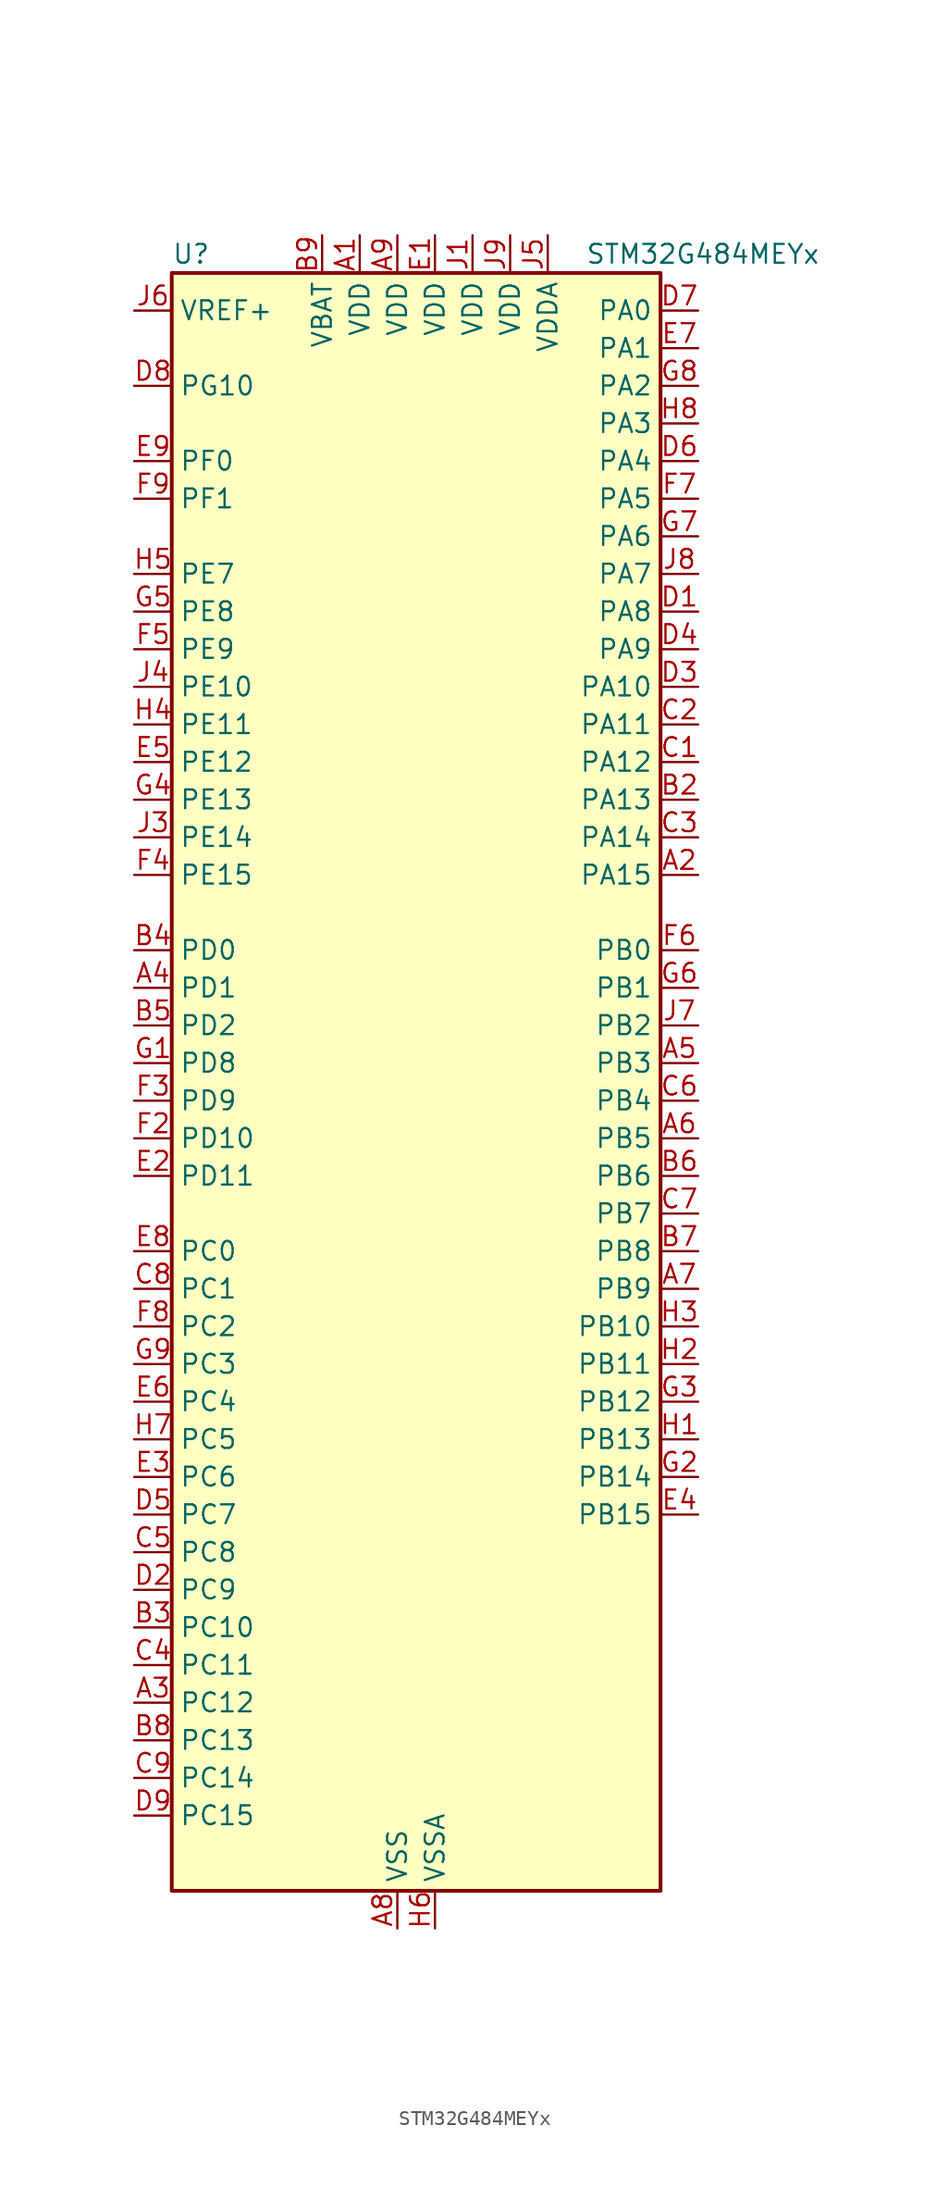
<source format=kicad_sym>
(kicad_symbol_lib
  (version 20220914)
  (generator kicad_symbol_editor)
  (symbol "STM32G484MEYx"
    (property "Reference" "U"
      (at -15.24 57.15 0)
      (effects (font (size 1.27 1.27)) (justify left)))
    (property "Value" "STM32G484MEYx"
      (at 12.7 57.15 0)
      (effects (font (size 1.27 1.27)) (justify left)))
    (property "ki_locked" ""
      (at 0 0 0)
      (effects (font (size 1.27 1.27))))
    (symbol "STM32G484MEYx_0_1"
      (rectangle (start -15.24 -53.34) (end 17.78 55.88) (stroke (width 0.254) (type default)) (fill (type background))))
    (symbol "STM32G484MEYx_1_1"
      (pin power_in line (at -2.54 58.42 270) (length 2.54) (name "VDD" (effects (font (size 1.27 1.27)))) (number "A1" (effects (font (size 1.27 1.27)))))
      (pin bidirectional line (at 20.32 15.24 180) (length 2.54) (name "PA15" (effects (font (size 1.27 1.27)))) (number "A2" (effects (font (size 1.27 1.27)))) (alternate "ADC1_EXTI15" bidirectional line) (alternate "ADC2_EXTI15" bidirectional line) (alternate "FDCAN3_TX" bidirectional line) (alternate "HRTIM1_FLT2" bidirectional line) (alternate "I2C1_SCL" bidirectional line) (alternate "I2S3_WS" bidirectional line) (alternate "SPI1_NSS" bidirectional line) (alternate "SPI3_NSS" bidirectional line) (alternate "SYS_JTDI" bidirectional line) (alternate "TIM1_BKIN" bidirectional line) (alternate "TIM2_CH1" bidirectional line) (alternate "TIM2_ETR" bidirectional line) (alternate "TIM8_CH1" bidirectional line) (alternate "UART4_DE" bidirectional line) (alternate "UART4_RTS" bidirectional line) (alternate "USART2_RX" bidirectional line))
      (pin bidirectional line (at -17.78 -40.64 0) (length 2.54) (name "PC12" (effects (font (size 1.27 1.27)))) (number "A3" (effects (font (size 1.27 1.27)))) (alternate "HRTIM1_EEV1" bidirectional line) (alternate "I2S3_SD" bidirectional line) (alternate "SPI3_MOSI" bidirectional line) (alternate "TIM5_CH2" bidirectional line) (alternate "TIM8_CH3N" bidirectional line) (alternate "UART5_TX" bidirectional line) (alternate "UCPD1_FRSTX1" bidirectional line) (alternate "UCPD1_FRSTX2" bidirectional line) (alternate "USART3_CK" bidirectional line))
      (pin bidirectional line (at -17.78 7.62 0) (length 2.54) (name "PD1" (effects (font (size 1.27 1.27)))) (number "A4" (effects (font (size 1.27 1.27)))) (alternate "FDCAN1_TX" bidirectional line) (alternate "TIM8_BKIN2" bidirectional line) (alternate "TIM8_CH4" bidirectional line))
      (pin bidirectional line (at 20.32 2.54 180) (length 2.54) (name "PB3" (effects (font (size 1.27 1.27)))) (number "A5" (effects (font (size 1.27 1.27)))) (alternate "ADC3_EXTI3" bidirectional line) (alternate "ADC4_EXTI3" bidirectional line) (alternate "ADC5_EXTI3" bidirectional line) (alternate "CRS_SYNC" bidirectional line) (alternate "FDCAN3_RX" bidirectional line) (alternate "HRTIM1_EEV9" bidirectional line) (alternate "HRTIM1_SCOUT" bidirectional line) (alternate "I2S3_CK" bidirectional line) (alternate "SAI1_SCK_B" bidirectional line) (alternate "SPI1_SCK" bidirectional line) (alternate "SPI3_SCK" bidirectional line) (alternate "SYS_JTDO-SWO" bidirectional line) (alternate "TIM2_CH2" bidirectional line) (alternate "TIM3_ETR" bidirectional line) (alternate "TIM4_ETR" bidirectional line) (alternate "TIM8_CH1N" bidirectional line) (alternate "USART2_TX" bidirectional line))
      (pin bidirectional line (at 20.32 -2.54 180) (length 2.54) (name "PB5" (effects (font (size 1.27 1.27)))) (number "A6" (effects (font (size 1.27 1.27)))) (alternate "FDCAN2_RX" bidirectional line) (alternate "HRTIM1_EEV6" bidirectional line) (alternate "I2C1_SMBA" bidirectional line) (alternate "I2C3_SDA" bidirectional line) (alternate "I2S3_SD" bidirectional line) (alternate "LPTIM1_IN1" bidirectional line) (alternate "SAI1_SD_B" bidirectional line) (alternate "SPI1_MOSI" bidirectional line) (alternate "SPI3_MOSI" bidirectional line) (alternate "TIM16_BKIN" bidirectional line) (alternate "TIM17_CH1" bidirectional line) (alternate "TIM3_CH2" bidirectional line) (alternate "TIM8_CH3N" bidirectional line) (alternate "UART5_CTS" bidirectional line) (alternate "USART2_CK" bidirectional line))
      (pin bidirectional line (at 20.32 -12.7 180) (length 2.54) (name "PB9" (effects (font (size 1.27 1.27)))) (number "A7" (effects (font (size 1.27 1.27)))) (alternate "COMP2_OUT" bidirectional line) (alternate "DAC1_EXTI9" bidirectional line) (alternate "DAC2_EXTI9" bidirectional line) (alternate "DAC3_EXTI9" bidirectional line) (alternate "DAC4_EXTI9" bidirectional line) (alternate "FDCAN1_TX" bidirectional line) (alternate "HRTIM1_EEV5" bidirectional line) (alternate "I2C1_SDA" bidirectional line) (alternate "IR_OUT" bidirectional line) (alternate "SAI1_D2" bidirectional line) (alternate "SAI1_FS_A" bidirectional line) (alternate "TIM17_CH1" bidirectional line) (alternate "TIM1_CH3N" bidirectional line) (alternate "TIM4_CH4" bidirectional line) (alternate "TIM8_CH3" bidirectional line) (alternate "USART3_TX" bidirectional line))
      (pin power_in line (at 0 -55.88 90) (length 2.54) (name "VSS" (effects (font (size 1.27 1.27)))) (number "A8" (effects (font (size 1.27 1.27)))))
      (pin power_in line (at 0 58.42 270) (length 2.54) (name "VDD" (effects (font (size 1.27 1.27)))) (number "A9" (effects (font (size 1.27 1.27)))))
      (pin passive line (at 0 -55.88 90) (length 2.54) hide (name "VSS" (effects (font (size 1.27 1.27)))) (number "B1" (effects (font (size 1.27 1.27)))))
      (pin bidirectional line (at 20.32 20.32 180) (length 2.54) (name "PA13" (effects (font (size 1.27 1.27)))) (number "B2" (effects (font (size 1.27 1.27)))) (alternate "I2C1_SCL" bidirectional line) (alternate "I2C4_SCL" bidirectional line) (alternate "IR_OUT" bidirectional line) (alternate "SAI1_SD_B" bidirectional line) (alternate "SYS_JTMS-SWDIO" bidirectional line) (alternate "TIM16_CH1N" bidirectional line) (alternate "TIM4_CH3" bidirectional line) (alternate "USART3_CTS" bidirectional line) (alternate "USART3_NSS" bidirectional line))
      (pin bidirectional line (at -17.78 -35.56 0) (length 2.54) (name "PC10" (effects (font (size 1.27 1.27)))) (number "B3" (effects (font (size 1.27 1.27)))) (alternate "DAC1_EXTI10" bidirectional line) (alternate "DAC2_EXTI10" bidirectional line) (alternate "DAC3_EXTI10" bidirectional line) (alternate "DAC4_EXTI10" bidirectional line) (alternate "HRTIM1_FLT6" bidirectional line) (alternate "I2S3_CK" bidirectional line) (alternate "SPI3_SCK" bidirectional line) (alternate "TIM8_CH1N" bidirectional line) (alternate "UART4_TX" bidirectional line) (alternate "USART3_TX" bidirectional line))
      (pin bidirectional line (at -17.78 10.16 0) (length 2.54) (name "PD0" (effects (font (size 1.27 1.27)))) (number "B4" (effects (font (size 1.27 1.27)))) (alternate "FDCAN1_RX" bidirectional line) (alternate "TIM8_CH4N" bidirectional line))
      (pin bidirectional line (at -17.78 5.08 0) (length 2.54) (name "PD2" (effects (font (size 1.27 1.27)))) (number "B5" (effects (font (size 1.27 1.27)))) (alternate "ADC3_EXTI2" bidirectional line) (alternate "ADC4_EXTI2" bidirectional line) (alternate "ADC5_EXTI2" bidirectional line) (alternate "TIM3_ETR" bidirectional line) (alternate "TIM8_BKIN" bidirectional line) (alternate "UART5_RX" bidirectional line))
      (pin bidirectional line (at 20.32 -5.08 180) (length 2.54) (name "PB6" (effects (font (size 1.27 1.27)))) (number "B6" (effects (font (size 1.27 1.27)))) (alternate "COMP4_OUT" bidirectional line) (alternate "FDCAN2_TX" bidirectional line) (alternate "HRTIM1_EEV4" bidirectional line) (alternate "HRTIM1_SCIN" bidirectional line) (alternate "LPTIM1_ETR" bidirectional line) (alternate "SAI1_FS_B" bidirectional line) (alternate "TIM16_CH1N" bidirectional line) (alternate "TIM4_CH1" bidirectional line) (alternate "TIM8_BKIN2" bidirectional line) (alternate "TIM8_CH1" bidirectional line) (alternate "TIM8_ETR" bidirectional line) (alternate "UCPD1_CC1" bidirectional line) (alternate "USART1_TX" bidirectional line))
      (pin bidirectional line (at 20.32 -10.16 180) (length 2.54) (name "PB8" (effects (font (size 1.27 1.27)))) (number "B7" (effects (font (size 1.27 1.27)))) (alternate "COMP1_OUT" bidirectional line) (alternate "FDCAN1_RX" bidirectional line) (alternate "HRTIM1_EEV8" bidirectional line) (alternate "I2C1_SCL" bidirectional line) (alternate "SAI1_CK1" bidirectional line) (alternate "SAI1_MCLK_A" bidirectional line) (alternate "TIM16_CH1" bidirectional line) (alternate "TIM1_BKIN" bidirectional line) (alternate "TIM4_CH3" bidirectional line) (alternate "TIM8_CH2" bidirectional line) (alternate "USART3_RX" bidirectional line))
      (pin bidirectional line (at -17.78 -43.18 0) (length 2.54) (name "PC13" (effects (font (size 1.27 1.27)))) (number "B8" (effects (font (size 1.27 1.27)))) (alternate "RTC_OUT1" bidirectional line) (alternate "RTC_TAMP1" bidirectional line) (alternate "RTC_TS" bidirectional line) (alternate "SYS_WKUP2" bidirectional line) (alternate "TIM1_BKIN" bidirectional line) (alternate "TIM1_CH1N" bidirectional line) (alternate "TIM8_CH4N" bidirectional line))
      (pin power_in line (at -5.08 58.42 270) (length 2.54) (name "VBAT" (effects (font (size 1.27 1.27)))) (number "B9" (effects (font (size 1.27 1.27)))))
      (pin bidirectional line (at 20.32 22.86 180) (length 2.54) (name "PA12" (effects (font (size 1.27 1.27)))) (number "C1" (effects (font (size 1.27 1.27)))) (alternate "COMP2_OUT" bidirectional line) (alternate "FDCAN1_TX" bidirectional line) (alternate "HRTIM1_FLT1" bidirectional line) (alternate "I2S_CKIN" bidirectional line) (alternate "TIM16_CH1" bidirectional line) (alternate "TIM1_CH2N" bidirectional line) (alternate "TIM1_ETR" bidirectional line) (alternate "TIM4_CH2" bidirectional line) (alternate "USART1_DE" bidirectional line) (alternate "USART1_RTS" bidirectional line) (alternate "USB_DP" bidirectional line))
      (pin bidirectional line (at 20.32 25.4 180) (length 2.54) (name "PA11" (effects (font (size 1.27 1.27)))) (number "C2" (effects (font (size 1.27 1.27)))) (alternate "ADC1_EXTI11" bidirectional line) (alternate "ADC2_EXTI11" bidirectional line) (alternate "COMP1_OUT" bidirectional line) (alternate "FDCAN1_RX" bidirectional line) (alternate "HRTIM1_CHB2" bidirectional line) (alternate "I2S2_SD" bidirectional line) (alternate "SPI2_MOSI" bidirectional line) (alternate "TIM1_BKIN2" bidirectional line) (alternate "TIM1_CH1N" bidirectional line) (alternate "TIM1_CH4" bidirectional line) (alternate "TIM4_CH1" bidirectional line) (alternate "USART1_CTS" bidirectional line) (alternate "USART1_NSS" bidirectional line) (alternate "USB_DM" bidirectional line))
      (pin bidirectional line (at 20.32 17.78 180) (length 2.54) (name "PA14" (effects (font (size 1.27 1.27)))) (number "C3" (effects (font (size 1.27 1.27)))) (alternate "I2C1_SDA" bidirectional line) (alternate "I2C4_SMBA" bidirectional line) (alternate "LPTIM1_OUT" bidirectional line) (alternate "SAI1_FS_B" bidirectional line) (alternate "SYS_JTCK-SWCLK" bidirectional line) (alternate "TIM1_BKIN" bidirectional line) (alternate "TIM8_CH2" bidirectional line) (alternate "USART2_TX" bidirectional line))
      (pin bidirectional line (at -17.78 -38.1 0) (length 2.54) (name "PC11" (effects (font (size 1.27 1.27)))) (number "C4" (effects (font (size 1.27 1.27)))) (alternate "ADC1_EXTI11" bidirectional line) (alternate "ADC2_EXTI11" bidirectional line) (alternate "HRTIM1_EEV2" bidirectional line) (alternate "I2C3_SDA" bidirectional line) (alternate "SPI3_MISO" bidirectional line) (alternate "TIM8_CH2N" bidirectional line) (alternate "UART4_RX" bidirectional line) (alternate "USART3_RX" bidirectional line))
      (pin bidirectional line (at -17.78 -30.48 0) (length 2.54) (name "PC8" (effects (font (size 1.27 1.27)))) (number "C5" (effects (font (size 1.27 1.27)))) (alternate "COMP7_OUT" bidirectional line) (alternate "HRTIM1_CHE1" bidirectional line) (alternate "I2C3_SCL" bidirectional line) (alternate "TIM20_CH3" bidirectional line) (alternate "TIM3_CH3" bidirectional line) (alternate "TIM8_CH3" bidirectional line))
      (pin bidirectional line (at 20.32 0 180) (length 2.54) (name "PB4" (effects (font (size 1.27 1.27)))) (number "C6" (effects (font (size 1.27 1.27)))) (alternate "FDCAN3_TX" bidirectional line) (alternate "HRTIM1_EEV7" bidirectional line) (alternate "SAI1_MCLK_B" bidirectional line) (alternate "SPI1_MISO" bidirectional line) (alternate "SPI3_MISO" bidirectional line) (alternate "SYS_JTRST" bidirectional line) (alternate "TIM16_CH1" bidirectional line) (alternate "TIM17_BKIN" bidirectional line) (alternate "TIM3_CH1" bidirectional line) (alternate "TIM8_CH2N" bidirectional line) (alternate "UART5_DE" bidirectional line) (alternate "UART5_RTS" bidirectional line) (alternate "UCPD1_CC2" bidirectional line) (alternate "USART2_RX" bidirectional line))
      (pin bidirectional line (at 20.32 -7.62 180) (length 2.54) (name "PB7" (effects (font (size 1.27 1.27)))) (number "C7" (effects (font (size 1.27 1.27)))) (alternate "COMP3_OUT" bidirectional line) (alternate "HRTIM1_EEV3" bidirectional line) (alternate "I2C1_SDA" bidirectional line) (alternate "I2C4_SDA" bidirectional line) (alternate "LPTIM1_IN2" bidirectional line) (alternate "SYS_PVD_IN" bidirectional line) (alternate "TIM17_CH1N" bidirectional line) (alternate "TIM3_CH4" bidirectional line) (alternate "TIM4_CH2" bidirectional line) (alternate "TIM8_BKIN" bidirectional line) (alternate "UART4_CTS" bidirectional line) (alternate "USART1_RX" bidirectional line))
      (pin bidirectional line (at -17.78 -12.7 0) (length 2.54) (name "PC1" (effects (font (size 1.27 1.27)))) (number "C8" (effects (font (size 1.27 1.27)))) (alternate "ADC1_IN7" bidirectional line) (alternate "ADC2_IN7" bidirectional line) (alternate "COMP3_INP" bidirectional line) (alternate "LPTIM1_OUT" bidirectional line) (alternate "LPUART1_TX" bidirectional line) (alternate "QUADSPI1_BK2_IO0" bidirectional line) (alternate "SAI1_SD_A" bidirectional line) (alternate "TIM1_CH2" bidirectional line))
      (pin bidirectional line (at -17.78 -45.72 0) (length 2.54) (name "PC14" (effects (font (size 1.27 1.27)))) (number "C9" (effects (font (size 1.27 1.27)))) (alternate "RCC_OSC32_IN" bidirectional line))
      (pin bidirectional line (at 20.32 33.02 180) (length 2.54) (name "PA8" (effects (font (size 1.27 1.27)))) (number "D1" (effects (font (size 1.27 1.27)))) (alternate "ADC5_IN1" bidirectional line) (alternate "COMP7_OUT" bidirectional line) (alternate "FDCAN3_RX" bidirectional line) (alternate "HRTIM1_CHA1" bidirectional line) (alternate "I2C2_SDA" bidirectional line) (alternate "I2C3_SCL" bidirectional line) (alternate "I2S2_MCK" bidirectional line) (alternate "OPAMP5_VOUT" bidirectional line) (alternate "RCC_MCO" bidirectional line) (alternate "SAI1_CK2" bidirectional line) (alternate "SAI1_SCK_A" bidirectional line) (alternate "TIM1_CH1" bidirectional line) (alternate "TIM4_ETR" bidirectional line) (alternate "USART1_CK" bidirectional line))
      (pin bidirectional line (at -17.78 -33.02 0) (length 2.54) (name "PC9" (effects (font (size 1.27 1.27)))) (number "D2" (effects (font (size 1.27 1.27)))) (alternate "DAC1_EXTI9" bidirectional line) (alternate "DAC2_EXTI9" bidirectional line) (alternate "DAC3_EXTI9" bidirectional line) (alternate "DAC4_EXTI9" bidirectional line) (alternate "HRTIM1_CHE2" bidirectional line) (alternate "I2C3_SDA" bidirectional line) (alternate "I2S_CKIN" bidirectional line) (alternate "TIM3_CH4" bidirectional line) (alternate "TIM8_BKIN2" bidirectional line) (alternate "TIM8_CH4" bidirectional line))
      (pin bidirectional line (at 20.32 27.94 180) (length 2.54) (name "PA10" (effects (font (size 1.27 1.27)))) (number "D3" (effects (font (size 1.27 1.27)))) (alternate "COMP6_OUT" bidirectional line) (alternate "CRS_SYNC" bidirectional line) (alternate "DAC1_EXTI10" bidirectional line) (alternate "DAC2_EXTI10" bidirectional line) (alternate "DAC3_EXTI10" bidirectional line) (alternate "DAC4_EXTI10" bidirectional line) (alternate "HRTIM1_CHB1" bidirectional line) (alternate "I2C2_SMBA" bidirectional line) (alternate "SAI1_D1" bidirectional line) (alternate "SAI1_SD_A" bidirectional line) (alternate "SPI2_MISO" bidirectional line) (alternate "TIM17_BKIN" bidirectional line) (alternate "TIM1_CH3" bidirectional line) (alternate "TIM2_CH4" bidirectional line) (alternate "TIM8_BKIN" bidirectional line) (alternate "UCPD1_DBCC2" bidirectional line) (alternate "USART1_RX" bidirectional line))
      (pin bidirectional line (at 20.32 30.48 180) (length 2.54) (name "PA9" (effects (font (size 1.27 1.27)))) (number "D4" (effects (font (size 1.27 1.27)))) (alternate "ADC5_IN2" bidirectional line) (alternate "COMP5_OUT" bidirectional line) (alternate "DAC1_EXTI9" bidirectional line) (alternate "DAC2_EXTI9" bidirectional line) (alternate "DAC3_EXTI9" bidirectional line) (alternate "DAC4_EXTI9" bidirectional line) (alternate "HRTIM1_CHA2" bidirectional line) (alternate "I2C2_SCL" bidirectional line) (alternate "I2C3_SMBA" bidirectional line) (alternate "I2S3_MCK" bidirectional line) (alternate "SAI1_FS_A" bidirectional line) (alternate "TIM15_BKIN" bidirectional line) (alternate "TIM1_CH2" bidirectional line) (alternate "TIM2_CH3" bidirectional line) (alternate "UCPD1_DBCC1" bidirectional line) (alternate "USART1_TX" bidirectional line))
      (pin bidirectional line (at -17.78 -27.94 0) (length 2.54) (name "PC7" (effects (font (size 1.27 1.27)))) (number "D5" (effects (font (size 1.27 1.27)))) (alternate "COMP5_OUT" bidirectional line) (alternate "HRTIM1_CHF2" bidirectional line) (alternate "HRTIM1_FLT5" bidirectional line) (alternate "I2C4_SDA" bidirectional line) (alternate "I2S3_MCK" bidirectional line) (alternate "TIM3_CH2" bidirectional line) (alternate "TIM8_CH2" bidirectional line))
      (pin bidirectional line (at 20.32 43.18 180) (length 2.54) (name "PA4" (effects (font (size 1.27 1.27)))) (number "D6" (effects (font (size 1.27 1.27)))) (alternate "ADC2_IN17" bidirectional line) (alternate "COMP1_INM" bidirectional line) (alternate "DAC1_OUT1" bidirectional line) (alternate "I2S3_WS" bidirectional line) (alternate "SAI1_FS_B" bidirectional line) (alternate "SPI1_NSS" bidirectional line) (alternate "SPI3_NSS" bidirectional line) (alternate "TIM3_CH2" bidirectional line) (alternate "USART2_CK" bidirectional line))
      (pin bidirectional line (at 20.32 53.34 180) (length 2.54) (name "PA0" (effects (font (size 1.27 1.27)))) (number "D7" (effects (font (size 1.27 1.27)))) (alternate "ADC1_IN1" bidirectional line) (alternate "ADC2_IN1" bidirectional line) (alternate "COMP1_INM" bidirectional line) (alternate "COMP1_OUT" bidirectional line) (alternate "COMP3_INP" bidirectional line) (alternate "RTC_TAMP2" bidirectional line) (alternate "SYS_WKUP1" bidirectional line) (alternate "TIM2_CH1" bidirectional line) (alternate "TIM2_ETR" bidirectional line) (alternate "TIM5_CH1" bidirectional line) (alternate "TIM8_BKIN" bidirectional line) (alternate "TIM8_ETR" bidirectional line) (alternate "USART2_CTS" bidirectional line) (alternate "USART2_NSS" bidirectional line))
      (pin bidirectional line (at -17.78 48.26 0) (length 2.54) (name "PG10" (effects (font (size 1.27 1.27)))) (number "D8" (effects (font (size 1.27 1.27)))) (alternate "DAC1_EXTI10" bidirectional line) (alternate "DAC2_EXTI10" bidirectional line) (alternate "DAC3_EXTI10" bidirectional line) (alternate "DAC4_EXTI10" bidirectional line) (alternate "RCC_MCO" bidirectional line))
      (pin bidirectional line (at -17.78 -48.26 0) (length 2.54) (name "PC15" (effects (font (size 1.27 1.27)))) (number "D9" (effects (font (size 1.27 1.27)))) (alternate "ADC1_EXTI15" bidirectional line) (alternate "ADC2_EXTI15" bidirectional line) (alternate "RCC_OSC32_OUT" bidirectional line))
      (pin power_in line (at 2.54 58.42 270) (length 2.54) (name "VDD" (effects (font (size 1.27 1.27)))) (number "E1" (effects (font (size 1.27 1.27)))))
      (pin bidirectional line (at -17.78 -5.08 0) (length 2.54) (name "PD11" (effects (font (size 1.27 1.27)))) (number "E2" (effects (font (size 1.27 1.27)))) (alternate "ADC1_EXTI11" bidirectional line) (alternate "ADC2_EXTI11" bidirectional line) (alternate "ADC3_IN8" bidirectional line) (alternate "ADC4_IN8" bidirectional line) (alternate "ADC5_IN8" bidirectional line) (alternate "COMP6_INP" bidirectional line) (alternate "I2C4_SMBA" bidirectional line) (alternate "OPAMP4_VINP" bidirectional line) (alternate "OPAMP4_VINP_SEC" bidirectional line) (alternate "TIM5_ETR" bidirectional line) (alternate "USART3_CTS" bidirectional line) (alternate "USART3_NSS" bidirectional line))
      (pin bidirectional line (at -17.78 -25.4 0) (length 2.54) (name "PC6" (effects (font (size 1.27 1.27)))) (number "E3" (effects (font (size 1.27 1.27)))) (alternate "COMP6_OUT" bidirectional line) (alternate "HRTIM1_CHF1" bidirectional line) (alternate "HRTIM1_EEV10" bidirectional line) (alternate "I2C4_SCL" bidirectional line) (alternate "I2S2_MCK" bidirectional line) (alternate "TIM3_CH1" bidirectional line) (alternate "TIM8_CH1" bidirectional line))
      (pin bidirectional line (at 20.32 -27.94 180) (length 2.54) (name "PB15" (effects (font (size 1.27 1.27)))) (number "E4" (effects (font (size 1.27 1.27)))) (alternate "ADC1_EXTI15" bidirectional line) (alternate "ADC2_EXTI15" bidirectional line) (alternate "ADC2_IN15" bidirectional line) (alternate "ADC4_IN5" bidirectional line) (alternate "COMP3_OUT" bidirectional line) (alternate "COMP6_INM" bidirectional line) (alternate "HRTIM1_CHD2" bidirectional line) (alternate "I2S2_SD" bidirectional line) (alternate "OPAMP5_VINM" bidirectional line) (alternate "OPAMP5_VINM0" bidirectional line) (alternate "OPAMP5_VINM_SEC" bidirectional line) (alternate "RTC_REFIN" bidirectional line) (alternate "SPI2_MOSI" bidirectional line) (alternate "TIM15_CH1N" bidirectional line) (alternate "TIM15_CH2" bidirectional line) (alternate "TIM1_CH3N" bidirectional line))
      (pin bidirectional line (at -17.78 22.86 0) (length 2.54) (name "PE12" (effects (font (size 1.27 1.27)))) (number "E5" (effects (font (size 1.27 1.27)))) (alternate "ADC3_IN16" bidirectional line) (alternate "ADC4_IN16" bidirectional line) (alternate "ADC5_IN16" bidirectional line) (alternate "QUADSPI1_BK1_IO0" bidirectional line) (alternate "SPI4_SCK" bidirectional line) (alternate "TIM1_CH3N" bidirectional line))
      (pin bidirectional line (at -17.78 -20.32 0) (length 2.54) (name "PC4" (effects (font (size 1.27 1.27)))) (number "E6" (effects (font (size 1.27 1.27)))) (alternate "ADC2_IN5" bidirectional line) (alternate "I2C2_SCL" bidirectional line) (alternate "QUADSPI1_BK2_IO3" bidirectional line) (alternate "TIM1_ETR" bidirectional line) (alternate "USART1_TX" bidirectional line))
      (pin bidirectional line (at 20.32 50.8 180) (length 2.54) (name "PA1" (effects (font (size 1.27 1.27)))) (number "E7" (effects (font (size 1.27 1.27)))) (alternate "ADC1_IN2" bidirectional line) (alternate "ADC2_IN2" bidirectional line) (alternate "COMP1_INP" bidirectional line) (alternate "OPAMP1_VINP" bidirectional line) (alternate "OPAMP1_VINP_SEC" bidirectional line) (alternate "OPAMP3_VINP" bidirectional line) (alternate "OPAMP3_VINP_SEC" bidirectional line) (alternate "OPAMP6_VINM" bidirectional line) (alternate "OPAMP6_VINM0" bidirectional line) (alternate "OPAMP6_VINM_SEC" bidirectional line) (alternate "RTC_REFIN" bidirectional line) (alternate "TIM15_CH1N" bidirectional line) (alternate "TIM2_CH2" bidirectional line) (alternate "TIM5_CH2" bidirectional line) (alternate "USART2_DE" bidirectional line) (alternate "USART2_RTS" bidirectional line))
      (pin bidirectional line (at -17.78 -10.16 0) (length 2.54) (name "PC0" (effects (font (size 1.27 1.27)))) (number "E8" (effects (font (size 1.27 1.27)))) (alternate "ADC1_IN6" bidirectional line) (alternate "ADC2_IN6" bidirectional line) (alternate "COMP3_INM" bidirectional line) (alternate "LPTIM1_IN1" bidirectional line) (alternate "LPUART1_RX" bidirectional line) (alternate "TIM1_CH1" bidirectional line))
      (pin bidirectional line (at -17.78 43.18 0) (length 2.54) (name "PF0" (effects (font (size 1.27 1.27)))) (number "E9" (effects (font (size 1.27 1.27)))) (alternate "ADC1_IN10" bidirectional line) (alternate "I2C2_SDA" bidirectional line) (alternate "I2S2_WS" bidirectional line) (alternate "RCC_OSC_IN" bidirectional line) (alternate "SPI2_NSS" bidirectional line) (alternate "TIM1_CH3N" bidirectional line))
      (pin passive line (at 0 -55.88 90) (length 2.54) hide (name "VSS" (effects (font (size 1.27 1.27)))) (number "F1" (effects (font (size 1.27 1.27)))))
      (pin bidirectional line (at -17.78 -2.54 0) (length 2.54) (name "PD10" (effects (font (size 1.27 1.27)))) (number "F2" (effects (font (size 1.27 1.27)))) (alternate "ADC3_IN7" bidirectional line) (alternate "ADC4_IN7" bidirectional line) (alternate "ADC5_IN7" bidirectional line) (alternate "COMP6_INM" bidirectional line) (alternate "DAC1_EXTI10" bidirectional line) (alternate "DAC2_EXTI10" bidirectional line) (alternate "DAC3_EXTI10" bidirectional line) (alternate "DAC4_EXTI10" bidirectional line) (alternate "USART3_CK" bidirectional line))
      (pin bidirectional line (at -17.78 0 0) (length 2.54) (name "PD9" (effects (font (size 1.27 1.27)))) (number "F3" (effects (font (size 1.27 1.27)))) (alternate "ADC4_IN13" bidirectional line) (alternate "ADC5_IN13" bidirectional line) (alternate "DAC1_EXTI9" bidirectional line) (alternate "DAC2_EXTI9" bidirectional line) (alternate "DAC3_EXTI9" bidirectional line) (alternate "DAC4_EXTI9" bidirectional line) (alternate "OPAMP6_VINP" bidirectional line) (alternate "OPAMP6_VINP_SEC" bidirectional line) (alternate "USART3_RX" bidirectional line))
      (pin bidirectional line (at -17.78 15.24 0) (length 2.54) (name "PE15" (effects (font (size 1.27 1.27)))) (number "F4" (effects (font (size 1.27 1.27)))) (alternate "ADC1_EXTI15" bidirectional line) (alternate "ADC2_EXTI15" bidirectional line) (alternate "ADC4_IN2" bidirectional line) (alternate "QUADSPI1_BK1_IO3" bidirectional line) (alternate "TIM1_BKIN" bidirectional line) (alternate "TIM1_CH4N" bidirectional line) (alternate "USART3_RX" bidirectional line))
      (pin bidirectional line (at -17.78 30.48 0) (length 2.54) (name "PE9" (effects (font (size 1.27 1.27)))) (number "F5" (effects (font (size 1.27 1.27)))) (alternate "ADC3_IN2" bidirectional line) (alternate "DAC1_EXTI9" bidirectional line) (alternate "DAC2_EXTI9" bidirectional line) (alternate "DAC3_EXTI9" bidirectional line) (alternate "DAC4_EXTI9" bidirectional line) (alternate "SAI1_FS_B" bidirectional line) (alternate "TIM1_CH1" bidirectional line) (alternate "TIM5_CH4" bidirectional line))
      (pin bidirectional line (at 20.32 10.16 180) (length 2.54) (name "PB0" (effects (font (size 1.27 1.27)))) (number "F6" (effects (font (size 1.27 1.27)))) (alternate "ADC1_IN15" bidirectional line) (alternate "ADC3_IN12" bidirectional line) (alternate "COMP4_INP" bidirectional line) (alternate "HRTIM1_FLT5" bidirectional line) (alternate "OPAMP2_VINP" bidirectional line) (alternate "OPAMP2_VINP_SEC" bidirectional line) (alternate "OPAMP3_VINP" bidirectional line) (alternate "OPAMP3_VINP_SEC" bidirectional line) (alternate "QUADSPI1_BK1_IO1" bidirectional line) (alternate "TIM1_CH2N" bidirectional line) (alternate "TIM3_CH3" bidirectional line) (alternate "TIM8_CH2N" bidirectional line) (alternate "UCPD1_FRSTX1" bidirectional line) (alternate "UCPD1_FRSTX2" bidirectional line))
      (pin bidirectional line (at 20.32 40.64 180) (length 2.54) (name "PA5" (effects (font (size 1.27 1.27)))) (number "F7" (effects (font (size 1.27 1.27)))) (alternate "ADC2_IN13" bidirectional line) (alternate "COMP2_INM" bidirectional line) (alternate "DAC1_OUT2" bidirectional line) (alternate "OPAMP2_VINM" bidirectional line) (alternate "OPAMP2_VINM0" bidirectional line) (alternate "OPAMP2_VINM_SEC" bidirectional line) (alternate "SPI1_SCK" bidirectional line) (alternate "TIM2_CH1" bidirectional line) (alternate "TIM2_ETR" bidirectional line) (alternate "UCPD1_FRSTX1" bidirectional line) (alternate "UCPD1_FRSTX2" bidirectional line))
      (pin bidirectional line (at -17.78 -15.24 0) (length 2.54) (name "PC2" (effects (font (size 1.27 1.27)))) (number "F8" (effects (font (size 1.27 1.27)))) (alternate "ADC1_IN8" bidirectional line) (alternate "ADC2_IN8" bidirectional line) (alternate "ADC3_EXTI2" bidirectional line) (alternate "ADC4_EXTI2" bidirectional line) (alternate "ADC5_EXTI2" bidirectional line) (alternate "COMP3_OUT" bidirectional line) (alternate "LPTIM1_IN2" bidirectional line) (alternate "QUADSPI1_BK2_IO1" bidirectional line) (alternate "TIM1_CH3" bidirectional line) (alternate "TIM20_CH2" bidirectional line))
      (pin bidirectional line (at -17.78 40.64 0) (length 2.54) (name "PF1" (effects (font (size 1.27 1.27)))) (number "F9" (effects (font (size 1.27 1.27)))) (alternate "ADC2_IN10" bidirectional line) (alternate "COMP3_INM" bidirectional line) (alternate "I2S2_CK" bidirectional line) (alternate "RCC_OSC_OUT" bidirectional line) (alternate "SPI2_SCK" bidirectional line))
      (pin bidirectional line (at -17.78 2.54 0) (length 2.54) (name "PD8" (effects (font (size 1.27 1.27)))) (number "G1" (effects (font (size 1.27 1.27)))) (alternate "ADC4_IN12" bidirectional line) (alternate "ADC5_IN12" bidirectional line) (alternate "OPAMP4_VINM" bidirectional line) (alternate "OPAMP4_VINM1" bidirectional line) (alternate "OPAMP4_VINM_SEC" bidirectional line) (alternate "USART3_TX" bidirectional line))
      (pin bidirectional line (at 20.32 -25.4 180) (length 2.54) (name "PB14" (effects (font (size 1.27 1.27)))) (number "G2" (effects (font (size 1.27 1.27)))) (alternate "ADC1_IN5" bidirectional line) (alternate "ADC4_IN4" bidirectional line) (alternate "COMP4_OUT" bidirectional line) (alternate "COMP7_INP" bidirectional line) (alternate "HRTIM1_CHD1" bidirectional line) (alternate "OPAMP2_VINP" bidirectional line) (alternate "OPAMP2_VINP_SEC" bidirectional line) (alternate "OPAMP5_VINP" bidirectional line) (alternate "OPAMP5_VINP_SEC" bidirectional line) (alternate "SPI2_MISO" bidirectional line) (alternate "TIM15_CH1" bidirectional line) (alternate "TIM1_CH2N" bidirectional line) (alternate "USART3_DE" bidirectional line) (alternate "USART3_RTS" bidirectional line))
      (pin bidirectional line (at 20.32 -20.32 180) (length 2.54) (name "PB12" (effects (font (size 1.27 1.27)))) (number "G3" (effects (font (size 1.27 1.27)))) (alternate "ADC1_IN11" bidirectional line) (alternate "ADC4_IN3" bidirectional line) (alternate "COMP7_INM" bidirectional line) (alternate "FDCAN2_RX" bidirectional line) (alternate "HRTIM1_CHC1" bidirectional line) (alternate "I2C2_SMBA" bidirectional line) (alternate "I2S2_WS" bidirectional line) (alternate "LPUART1_DE" bidirectional line) (alternate "LPUART1_RTS" bidirectional line) (alternate "OPAMP4_VOUT" bidirectional line) (alternate "OPAMP6_VINP" bidirectional line) (alternate "OPAMP6_VINP_SEC" bidirectional line) (alternate "SPI2_NSS" bidirectional line) (alternate "TIM1_BKIN" bidirectional line) (alternate "TIM5_ETR" bidirectional line) (alternate "USART3_CK" bidirectional line))
      (pin bidirectional line (at -17.78 20.32 0) (length 2.54) (name "PE13" (effects (font (size 1.27 1.27)))) (number "G4" (effects (font (size 1.27 1.27)))) (alternate "ADC3_IN3" bidirectional line) (alternate "QUADSPI1_BK1_IO1" bidirectional line) (alternate "SPI4_MISO" bidirectional line) (alternate "TIM1_CH3" bidirectional line))
      (pin bidirectional line (at -17.78 33.02 0) (length 2.54) (name "PE8" (effects (font (size 1.27 1.27)))) (number "G5" (effects (font (size 1.27 1.27)))) (alternate "ADC3_IN6" bidirectional line) (alternate "ADC4_IN6" bidirectional line) (alternate "ADC5_IN6" bidirectional line) (alternate "COMP4_INM" bidirectional line) (alternate "SAI1_SCK_B" bidirectional line) (alternate "TIM1_CH1N" bidirectional line) (alternate "TIM5_CH3" bidirectional line))
      (pin bidirectional line (at 20.32 7.62 180) (length 2.54) (name "PB1" (effects (font (size 1.27 1.27)))) (number "G6" (effects (font (size 1.27 1.27)))) (alternate "ADC1_IN12" bidirectional line) (alternate "ADC3_IN1" bidirectional line) (alternate "COMP1_INP" bidirectional line) (alternate "COMP4_OUT" bidirectional line) (alternate "HRTIM1_SCOUT" bidirectional line) (alternate "LPUART1_DE" bidirectional line) (alternate "LPUART1_RTS" bidirectional line) (alternate "OPAMP3_VOUT" bidirectional line) (alternate "OPAMP6_VINM" bidirectional line) (alternate "OPAMP6_VINM1" bidirectional line) (alternate "OPAMP6_VINM_SEC" bidirectional line) (alternate "QUADSPI1_BK1_IO0" bidirectional line) (alternate "TIM1_CH3N" bidirectional line) (alternate "TIM3_CH4" bidirectional line) (alternate "TIM8_CH3N" bidirectional line))
      (pin bidirectional line (at 20.32 38.1 180) (length 2.54) (name "PA6" (effects (font (size 1.27 1.27)))) (number "G7" (effects (font (size 1.27 1.27)))) (alternate "ADC2_IN3" bidirectional line) (alternate "COMP1_OUT" bidirectional line) (alternate "DAC2_OUT1" bidirectional line) (alternate "LPUART1_CTS" bidirectional line) (alternate "OPAMP2_VOUT" bidirectional line) (alternate "QUADSPI1_BK1_IO3" bidirectional line) (alternate "SPI1_MISO" bidirectional line) (alternate "TIM16_CH1" bidirectional line) (alternate "TIM1_BKIN" bidirectional line) (alternate "TIM3_CH1" bidirectional line) (alternate "TIM8_BKIN" bidirectional line))
      (pin bidirectional line (at 20.32 48.26 180) (length 2.54) (name "PA2" (effects (font (size 1.27 1.27)))) (number "G8" (effects (font (size 1.27 1.27)))) (alternate "ADC1_IN3" bidirectional line) (alternate "ADC3_EXTI2" bidirectional line) (alternate "ADC4_EXTI2" bidirectional line) (alternate "ADC5_EXTI2" bidirectional line) (alternate "COMP2_INM" bidirectional line) (alternate "COMP2_OUT" bidirectional line) (alternate "LPUART1_TX" bidirectional line) (alternate "OPAMP1_VOUT" bidirectional line) (alternate "QUADSPI1_BK1_NCS" bidirectional line) (alternate "RCC_LSCO" bidirectional line) (alternate "SYS_WKUP4" bidirectional line) (alternate "TIM15_CH1" bidirectional line) (alternate "TIM2_CH3" bidirectional line) (alternate "TIM5_CH3" bidirectional line) (alternate "UCPD1_FRSTX1" bidirectional line) (alternate "UCPD1_FRSTX2" bidirectional line) (alternate "USART2_TX" bidirectional line))
      (pin bidirectional line (at -17.78 -17.78 0) (length 2.54) (name "PC3" (effects (font (size 1.27 1.27)))) (number "G9" (effects (font (size 1.27 1.27)))) (alternate "ADC1_IN9" bidirectional line) (alternate "ADC2_IN9" bidirectional line) (alternate "ADC3_EXTI3" bidirectional line) (alternate "ADC4_EXTI3" bidirectional line) (alternate "ADC5_EXTI3" bidirectional line) (alternate "LPTIM1_ETR" bidirectional line) (alternate "OPAMP5_VINP" bidirectional line) (alternate "OPAMP5_VINP_SEC" bidirectional line) (alternate "QUADSPI1_BK2_IO2" bidirectional line) (alternate "SAI1_D1" bidirectional line) (alternate "SAI1_SD_A" bidirectional line) (alternate "TIM1_BKIN2" bidirectional line) (alternate "TIM1_CH4" bidirectional line))
      (pin bidirectional line (at 20.32 -22.86 180) (length 2.54) (name "PB13" (effects (font (size 1.27 1.27)))) (number "H1" (effects (font (size 1.27 1.27)))) (alternate "ADC3_IN5" bidirectional line) (alternate "COMP5_INP" bidirectional line) (alternate "FDCAN2_TX" bidirectional line) (alternate "HRTIM1_CHC2" bidirectional line) (alternate "I2S2_CK" bidirectional line) (alternate "LPUART1_CTS" bidirectional line) (alternate "OPAMP3_VINP" bidirectional line) (alternate "OPAMP3_VINP_SEC" bidirectional line) (alternate "OPAMP4_VINP" bidirectional line) (alternate "OPAMP4_VINP_SEC" bidirectional line) (alternate "OPAMP6_VINP" bidirectional line) (alternate "OPAMP6_VINP_SEC" bidirectional line) (alternate "SPI2_SCK" bidirectional line) (alternate "TIM1_CH1N" bidirectional line) (alternate "USART3_CTS" bidirectional line) (alternate "USART3_NSS" bidirectional line))
      (pin bidirectional line (at 20.32 -17.78 180) (length 2.54) (name "PB11" (effects (font (size 1.27 1.27)))) (number "H2" (effects (font (size 1.27 1.27)))) (alternate "ADC1_EXTI11" bidirectional line) (alternate "ADC1_IN14" bidirectional line) (alternate "ADC2_EXTI11" bidirectional line) (alternate "ADC2_IN14" bidirectional line) (alternate "COMP6_INP" bidirectional line) (alternate "HRTIM1_FLT4" bidirectional line) (alternate "LPUART1_TX" bidirectional line) (alternate "OPAMP4_VINP" bidirectional line) (alternate "OPAMP4_VINP_SEC" bidirectional line) (alternate "OPAMP6_VOUT" bidirectional line) (alternate "QUADSPI1_BK1_NCS" bidirectional line) (alternate "TIM2_CH4" bidirectional line) (alternate "USART3_RX" bidirectional line))
      (pin bidirectional line (at 20.32 -15.24 180) (length 2.54) (name "PB10" (effects (font (size 1.27 1.27)))) (number "H3" (effects (font (size 1.27 1.27)))) (alternate "COMP5_INM" bidirectional line) (alternate "DAC1_EXTI10" bidirectional line) (alternate "DAC2_EXTI10" bidirectional line) (alternate "DAC3_EXTI10" bidirectional line) (alternate "DAC4_EXTI10" bidirectional line) (alternate "HRTIM1_FLT3" bidirectional line) (alternate "LPUART1_RX" bidirectional line) (alternate "OPAMP3_VINM" bidirectional line) (alternate "OPAMP3_VINM1" bidirectional line) (alternate "OPAMP3_VINM_SEC" bidirectional line) (alternate "OPAMP4_VINM" bidirectional line) (alternate "OPAMP4_VINM0" bidirectional line) (alternate "OPAMP4_VINM_SEC" bidirectional line) (alternate "QUADSPI1_CLK" bidirectional line) (alternate "SAI1_SCK_A" bidirectional line) (alternate "TIM1_BKIN" bidirectional line) (alternate "TIM2_CH3" bidirectional line) (alternate "USART3_TX" bidirectional line))
      (pin bidirectional line (at -17.78 25.4 0) (length 2.54) (name "PE11" (effects (font (size 1.27 1.27)))) (number "H4" (effects (font (size 1.27 1.27)))) (alternate "ADC1_EXTI11" bidirectional line) (alternate "ADC2_EXTI11" bidirectional line) (alternate "ADC3_IN15" bidirectional line) (alternate "ADC4_IN15" bidirectional line) (alternate "ADC5_IN15" bidirectional line) (alternate "QUADSPI1_BK1_NCS" bidirectional line) (alternate "SPI4_NSS" bidirectional line) (alternate "TIM1_CH2" bidirectional line))
      (pin bidirectional line (at -17.78 35.56 0) (length 2.54) (name "PE7" (effects (font (size 1.27 1.27)))) (number "H5" (effects (font (size 1.27 1.27)))) (alternate "ADC3_IN4" bidirectional line) (alternate "COMP4_INP" bidirectional line) (alternate "SAI1_SD_B" bidirectional line) (alternate "TIM1_ETR" bidirectional line))
      (pin power_in line (at 2.54 -55.88 90) (length 2.54) (name "VSSA" (effects (font (size 1.27 1.27)))) (number "H6" (effects (font (size 1.27 1.27)))))
      (pin bidirectional line (at -17.78 -22.86 0) (length 2.54) (name "PC5" (effects (font (size 1.27 1.27)))) (number "H7" (effects (font (size 1.27 1.27)))) (alternate "ADC2_IN11" bidirectional line) (alternate "HRTIM1_EEV10" bidirectional line) (alternate "OPAMP1_VINM" bidirectional line) (alternate "OPAMP1_VINM1" bidirectional line) (alternate "OPAMP1_VINM_SEC" bidirectional line) (alternate "OPAMP2_VINM" bidirectional line) (alternate "OPAMP2_VINM1" bidirectional line) (alternate "OPAMP2_VINM_SEC" bidirectional line) (alternate "SAI1_D3" bidirectional line) (alternate "SYS_WKUP5" bidirectional line) (alternate "TIM15_BKIN" bidirectional line) (alternate "TIM1_CH4N" bidirectional line) (alternate "USART1_RX" bidirectional line))
      (pin bidirectional line (at 20.32 45.72 180) (length 2.54) (name "PA3" (effects (font (size 1.27 1.27)))) (number "H8" (effects (font (size 1.27 1.27)))) (alternate "ADC1_IN4" bidirectional line) (alternate "ADC3_EXTI3" bidirectional line) (alternate "ADC4_EXTI3" bidirectional line) (alternate "ADC5_EXTI3" bidirectional line) (alternate "COMP2_INP" bidirectional line) (alternate "LPUART1_RX" bidirectional line) (alternate "OPAMP1_VINM" bidirectional line) (alternate "OPAMP1_VINM0" bidirectional line) (alternate "OPAMP1_VINM_SEC" bidirectional line) (alternate "OPAMP1_VINP" bidirectional line) (alternate "OPAMP1_VINP_SEC" bidirectional line) (alternate "OPAMP5_VINM" bidirectional line) (alternate "OPAMP5_VINM1" bidirectional line) (alternate "OPAMP5_VINM_SEC" bidirectional line) (alternate "QUADSPI1_CLK" bidirectional line) (alternate "SAI1_CK1" bidirectional line) (alternate "SAI1_MCLK_A" bidirectional line) (alternate "TIM15_CH2" bidirectional line) (alternate "TIM2_CH4" bidirectional line) (alternate "TIM5_CH4" bidirectional line) (alternate "USART2_RX" bidirectional line))
      (pin passive line (at 0 -55.88 90) (length 2.54) hide (name "VSS" (effects (font (size 1.27 1.27)))) (number "H9" (effects (font (size 1.27 1.27)))))
      (pin power_in line (at 5.08 58.42 270) (length 2.54) (name "VDD" (effects (font (size 1.27 1.27)))) (number "J1" (effects (font (size 1.27 1.27)))))
      (pin passive line (at 0 -55.88 90) (length 2.54) hide (name "VSS" (effects (font (size 1.27 1.27)))) (number "J2" (effects (font (size 1.27 1.27)))))
      (pin bidirectional line (at -17.78 17.78 0) (length 2.54) (name "PE14" (effects (font (size 1.27 1.27)))) (number "J3" (effects (font (size 1.27 1.27)))) (alternate "ADC4_IN1" bidirectional line) (alternate "QUADSPI1_BK1_IO2" bidirectional line) (alternate "SPI4_MOSI" bidirectional line) (alternate "TIM1_BKIN2" bidirectional line) (alternate "TIM1_CH4" bidirectional line))
      (pin bidirectional line (at -17.78 27.94 0) (length 2.54) (name "PE10" (effects (font (size 1.27 1.27)))) (number "J4" (effects (font (size 1.27 1.27)))) (alternate "ADC3_IN14" bidirectional line) (alternate "ADC4_IN14" bidirectional line) (alternate "ADC5_IN14" bidirectional line) (alternate "DAC1_EXTI10" bidirectional line) (alternate "DAC2_EXTI10" bidirectional line) (alternate "DAC3_EXTI10" bidirectional line) (alternate "DAC4_EXTI10" bidirectional line) (alternate "QUADSPI1_CLK" bidirectional line) (alternate "SAI1_MCLK_B" bidirectional line) (alternate "TIM1_CH2N" bidirectional line))
      (pin power_in line (at 10.16 58.42 270) (length 2.54) (name "VDDA" (effects (font (size 1.27 1.27)))) (number "J5" (effects (font (size 1.27 1.27)))))
      (pin input line (at -17.78 53.34 0) (length 2.54) (name "VREF+" (effects (font (size 1.27 1.27)))) (number "J6" (effects (font (size 1.27 1.27)))) (alternate "VREFBUF_OUT" bidirectional line))
      (pin bidirectional line (at 20.32 5.08 180) (length 2.54) (name "PB2" (effects (font (size 1.27 1.27)))) (number "J7" (effects (font (size 1.27 1.27)))) (alternate "ADC2_IN12" bidirectional line) (alternate "ADC3_EXTI2" bidirectional line) (alternate "ADC4_EXTI2" bidirectional line) (alternate "ADC5_EXTI2" bidirectional line) (alternate "COMP4_INM" bidirectional line) (alternate "HRTIM1_SCIN" bidirectional line) (alternate "I2C3_SMBA" bidirectional line) (alternate "LPTIM1_OUT" bidirectional line) (alternate "OPAMP3_VINM" bidirectional line) (alternate "OPAMP3_VINM0" bidirectional line) (alternate "OPAMP3_VINM_SEC" bidirectional line) (alternate "QUADSPI1_BK2_IO1" bidirectional line) (alternate "RTC_OUT2" bidirectional line) (alternate "TIM20_CH1" bidirectional line) (alternate "TIM5_CH1" bidirectional line))
      (pin bidirectional line (at 20.32 35.56 180) (length 2.54) (name "PA7" (effects (font (size 1.27 1.27)))) (number "J8" (effects (font (size 1.27 1.27)))) (alternate "ADC2_IN4" bidirectional line) (alternate "COMP2_INP" bidirectional line) (alternate "COMP2_OUT" bidirectional line) (alternate "OPAMP1_VINP" bidirectional line) (alternate "OPAMP1_VINP_SEC" bidirectional line) (alternate "OPAMP2_VINP" bidirectional line) (alternate "OPAMP2_VINP_SEC" bidirectional line) (alternate "QUADSPI1_BK1_IO2" bidirectional line) (alternate "SPI1_MOSI" bidirectional line) (alternate "TIM17_CH1" bidirectional line) (alternate "TIM1_CH1N" bidirectional line) (alternate "TIM3_CH2" bidirectional line) (alternate "TIM8_CH1N" bidirectional line) (alternate "UCPD1_FRSTX1" bidirectional line) (alternate "UCPD1_FRSTX2" bidirectional line))
      (pin power_in line (at 7.62 58.42 270) (length 2.54) (name "VDD" (effects (font (size 1.27 1.27)))) (number "J9" (effects (font (size 1.27 1.27))))))))
</source>
